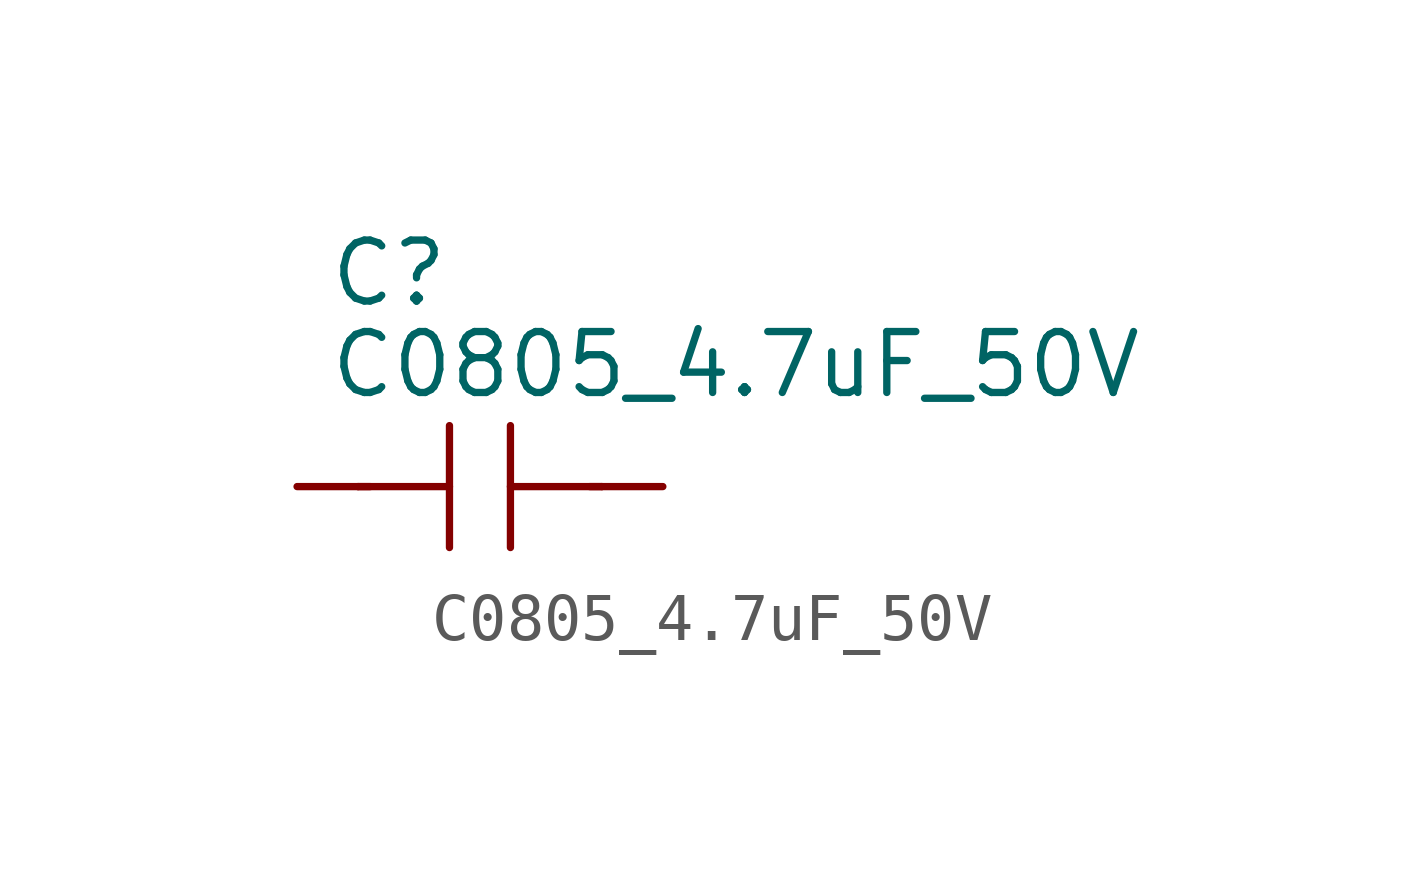
<source format=kicad_sym>
(kicad_symbol_lib
  (version 20211014)
  (generator kicad_symbol_editor)
  (symbol "C0805_4.7uF_50V"
    (pin_numbers hide)
    (pin_names
      (offset 1.016))
    (property "Reference" "C"
      (at -3.175 4.445 0)
      (effects (font (size 1.27 1.27)) (justify left)))
    (property "Value" "C0805_4.7uF_50V"
      (at -3.175 2.54 0)
      (effects (font (size 1.27 1.27)) (justify left)))
    (symbol "C0805_4.7uF_50V_1_1"
      (polyline (pts (xy -2.54 0) (xy -0.635 0)) (stroke (width 0) (type default) (color 0 0 0 0)) (fill (type none)))
      (polyline (pts (xy -2.286 0) (xy -2.54 0)) (stroke (width 0) (type default) (color 0 0 0 0)) (fill (type none)))
      (polyline (pts (xy -0.635 1.27) (xy -0.635 -1.27)) (stroke (width 0) (type default) (color 0 0 0 0)) (fill (type none)))
      (polyline (pts (xy 0.635 0) (xy 2.54 0)) (stroke (width 0) (type default) (color 0 0 0 0)) (fill (type none)))
      (polyline (pts (xy 0.635 1.27) (xy 0.635 -1.27)) (stroke (width 0) (type default) (color 0 0 0 0)) (fill (type none)))
      (polyline (pts (xy 2.286 0) (xy 2.54 0)) (stroke (width 0) (type default) (color 0 0 0 0)) (fill (type none)))
      (pin passive line (at -3.81 0 0) (length 1.27) (name "~" (effects (font (size 1.27 1.27)))) (number "1" (effects (font (size 1.27 1.27)))))
      (pin passive line (at 3.81 0 180) (length 1.27) (name "~" (effects (font (size 1.27 1.27)))) (number "2" (effects (font (size 1.27 1.27))))))))
</source>
